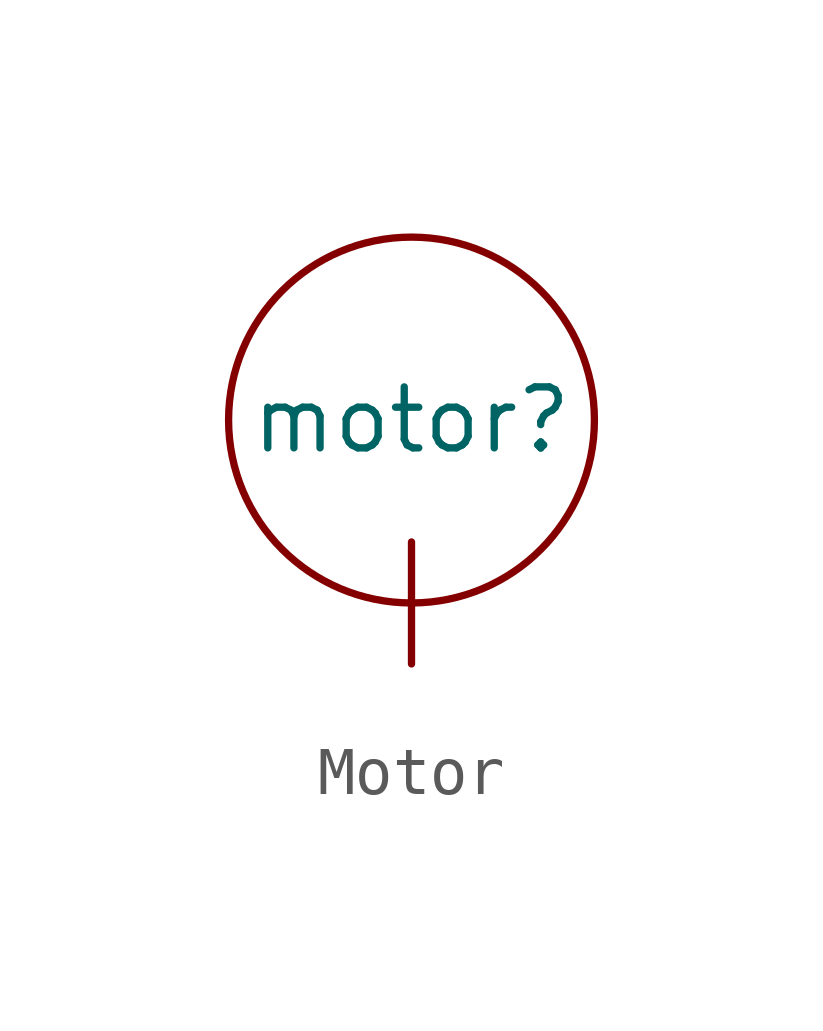
<source format=kicad_sym>
(kicad_symbol_lib
  (version 20241209)
  (generator "kicad_symbol_editor")
  (generator_version "9.0")
  (symbol "Motor"
    (property "Reference" "motor"
      (at 0 0 0)
      (effects (font (size 1.27 1.27))))
    (property "Value" ""
      (at 0 0 0)
      (effects (font (size 1.27 1.27))))
    (symbol "Motor_0_1"
      (circle (center 0 0) (radius 3.81) (stroke (width 0) (type default)) (fill (type none))))
    (symbol "Motor_1_1"
      (pin output line (at 0 -2.54 270) (length 2.54) (name "Motor_Control" (effects (font (size 0 0)))) (number "" (effects (font (size 1.27 1.27))))))))
</source>
